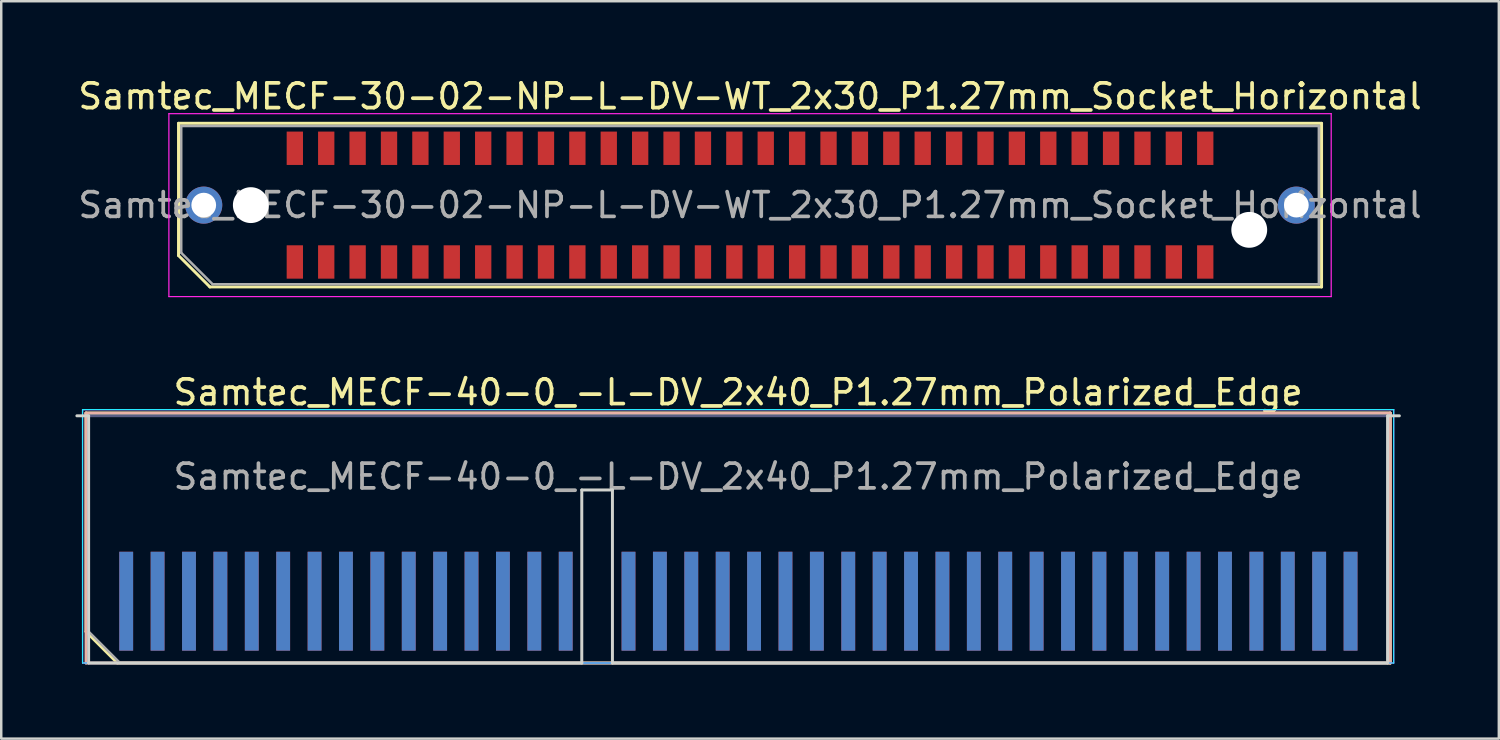
<source format=kicad_pcb>
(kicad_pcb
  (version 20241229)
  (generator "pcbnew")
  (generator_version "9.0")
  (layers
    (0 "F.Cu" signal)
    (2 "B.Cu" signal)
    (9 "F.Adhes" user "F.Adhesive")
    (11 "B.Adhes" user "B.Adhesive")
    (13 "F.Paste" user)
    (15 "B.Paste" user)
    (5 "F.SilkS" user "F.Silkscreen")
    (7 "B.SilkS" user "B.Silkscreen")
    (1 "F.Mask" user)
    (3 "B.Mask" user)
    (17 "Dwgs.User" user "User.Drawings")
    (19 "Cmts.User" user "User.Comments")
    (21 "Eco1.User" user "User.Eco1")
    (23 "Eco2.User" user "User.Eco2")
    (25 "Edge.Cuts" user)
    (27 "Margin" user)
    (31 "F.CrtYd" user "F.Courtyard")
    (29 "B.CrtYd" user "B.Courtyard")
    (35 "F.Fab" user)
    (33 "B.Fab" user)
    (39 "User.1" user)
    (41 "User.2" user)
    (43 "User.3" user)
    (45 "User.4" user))
  (footprint "Samtec_MECF-40-0_-L-DV_2x40_P1.27mm_Polarized_Edge"
    (layer "F.Cu")
    (at 26.81 18.771)
    (property "Reference" "Samtec_MECF-40-0_-L-DV_2x40_P1.27mm_Polarized_Edge" (at 0 -5.95 0) (layer "F.SilkS") (effects (font (size 1 1) (thickness 0.15))))
    (attr exclude_from_pos_files exclude_from_bom)
    (fp_line (start -26.38 -5.11) (end 26.38 -5.11) (stroke (width 0.12) (type solid)) (layer "F.SilkS"))
    (fp_line (start -26.38 3.73) (end -26.38 -5.11) (stroke (width 0.12) (type solid)) (layer "F.SilkS"))
    (fp_line (start -25.11 5) (end -26.38 3.73) (stroke (width 0.12) (type solid)) (layer "F.SilkS"))
    (fp_line (start -25.11 5) (end 26.38 5) (stroke (width 0.12) (type solid)) (layer "F.SilkS"))
    (fp_line (start 26.38 5) (end 26.38 -5.11) (stroke (width 0.12) (type solid)) (layer "F.SilkS"))
    (fp_line (start -26.38 -5.11) (end 26.38 -5.11) (stroke (width 0.12) (type solid)) (layer "B.SilkS"))
    (fp_line (start -26.38 5) (end -26.38 -5.11) (stroke (width 0.12) (type solid)) (layer "B.SilkS"))
    (fp_line (start -26.38 5) (end 26.38 5) (stroke (width 0.12) (type solid)) (layer "B.SilkS"))
    (fp_line (start 26.38 5) (end 26.38 -5.11) (stroke (width 0.12) (type solid)) (layer "B.SilkS"))
    (fp_line (start -26.75 -5) (end -26.275 -5) (stroke (width 0.12) (type solid)) (layer "Edge.Cuts"))
    (fp_line (start -26.275 5) (end -26.275 -5) (stroke (width 0.12) (type solid)) (layer "Edge.Cuts"))
    (fp_line (start -26.275 5) (end -6.325 5) (stroke (width 0.12) (type solid)) (layer "Edge.Cuts"))
    (fp_line (start -6.325 -2) (end -5.085 -2) (stroke (width 0.12) (type solid)) (layer "Edge.Cuts"))
    (fp_line (start -6.325 5) (end -6.325 -2) (stroke (width 0.12) (type solid)) (layer "Edge.Cuts"))
    (fp_line (start -5.085 5) (end -5.085 -2) (stroke (width 0.12) (type solid)) (layer "Edge.Cuts"))
    (fp_line (start -5.085 5) (end 26.275 5) (stroke (width 0.12) (type solid)) (layer "Edge.Cuts"))
    (fp_line (start 26.275 5) (end 26.275 -5) (stroke (width 0.12) (type solid)) (layer "Edge.Cuts"))
    (fp_line (start 26.75 -5) (end 26.275 -5) (stroke (width 0.12) (type solid)) (layer "Edge.Cuts"))
    (fp_line (start -26.52 -5.25) (end -26.52 5) (stroke (width 0.05) (type solid)) (layer "B.CrtYd"))
    (fp_line (start -26.52 5) (end 26.52 5) (stroke (width 0.05) (type solid)) (layer "B.CrtYd"))
    (fp_line (start 26.52 -5.25) (end -26.52 -5.25) (stroke (width 0.05) (type solid)) (layer "B.CrtYd"))
    (fp_line (start 26.52 5) (end 26.52 -5.25) (stroke (width 0.05) (type solid)) (layer "B.CrtYd"))
    (fp_line (start -26.52 -5.25) (end -26.52 5) (stroke (width 0.05) (type solid)) (layer "F.CrtYd"))
    (fp_line (start -26.52 5) (end 26.52 5) (stroke (width 0.05) (type solid)) (layer "F.CrtYd"))
    (fp_line (start 26.52 -5.25) (end -26.52 -5.25) (stroke (width 0.05) (type solid)) (layer "F.CrtYd"))
    (fp_line (start 26.52 5) (end 26.52 -5.25) (stroke (width 0.05) (type solid)) (layer "F.CrtYd"))
    (fp_line (start -26.275 -5) (end 26.275 -5) (stroke (width 0.1) (type solid)) (layer "B.Fab"))
    (fp_line (start -26.275 5) (end -26.275 -5) (stroke (width 0.1) (type solid)) (layer "B.Fab"))
    (fp_line (start -26.275 5) (end 26.275 5) (stroke (width 0.1) (type solid)) (layer "B.Fab"))
    (fp_line (start 26.275 5) (end 26.275 -5) (stroke (width 0.1) (type solid)) (layer "B.Fab"))
    (fp_line (start -26.275 -5) (end 26.275 -5) (stroke (width 0.1) (type solid)) (layer "F.Fab"))
    (fp_line (start -26.275 3.73) (end -26.275 -5) (stroke (width 0.1) (type solid)) (layer "F.Fab"))
    (fp_line (start -26.275 3.73) (end -25.005 5) (stroke (width 0.1) (type solid)) (layer "F.Fab"))
    (fp_line (start -25.005 5) (end 26.275 5) (stroke (width 0.1) (type solid)) (layer "F.Fab"))
    (fp_line (start 26.275 5) (end 26.275 -5) (stroke (width 0.1) (type solid)) (layer "F.Fab"))
    (fp_text user "${REFERENCE}" (at 0 -2.54 0) (layer "F.Fab") (effects (font (size 1 1) (thickness 0.15))))
    (pad "1" connect rect (at -24.755 2.5) (size 0.56 4) (layers "F.Cu" "F.Mask"))
    (pad "2" connect rect (at -24.755 2.5) (size 0.56 4) (layers "B.Cu" "B.Mask"))
    (pad "3" connect rect (at -23.485 2.5) (size 0.56 4) (layers "F.Cu" "F.Mask"))
    (pad "4" connect rect (at -23.485 2.5) (size 0.56 4) (layers "B.Cu" "B.Mask"))
    (pad "5" connect rect (at -22.215 2.5) (size 0.56 4) (layers "F.Cu" "F.Mask"))
    (pad "6" connect rect (at -22.215 2.5) (size 0.56 4) (layers "B.Cu" "B.Mask"))
    (pad "7" connect rect (at -20.945 2.5) (size 0.56 4) (layers "F.Cu" "F.Mask"))
    (pad "8" connect rect (at -20.945 2.5) (size 0.56 4) (layers "B.Cu" "B.Mask"))
    (pad "9" connect rect (at -19.675 2.5) (size 0.56 4) (layers "F.Cu" "F.Mask"))
    (pad "10" connect rect (at -19.675 2.5) (size 0.56 4) (layers "B.Cu" "B.Mask"))
    (pad "11" connect rect (at -18.405 2.5) (size 0.56 4) (layers "F.Cu" "F.Mask"))
    (pad "12" connect rect (at -18.405 2.5) (size 0.56 4) (layers "B.Cu" "B.Mask"))
    (pad "13" connect rect (at -17.135 2.5) (size 0.56 4) (layers "F.Cu" "F.Mask"))
    (pad "14" connect rect (at -17.135 2.5) (size 0.56 4) (layers "B.Cu" "B.Mask"))
    (pad "15" connect rect (at -15.865 2.5) (size 0.56 4) (layers "F.Cu" "F.Mask"))
    (pad "16" connect rect (at -15.865 2.5) (size 0.56 4) (layers "B.Cu" "B.Mask"))
    (pad "17" connect rect (at -14.595 2.5) (size 0.56 4) (layers "F.Cu" "F.Mask"))
    (pad "18" connect rect (at -14.595 2.5) (size 0.56 4) (layers "B.Cu" "B.Mask"))
    (pad "19" connect rect (at -13.325 2.5) (size 0.56 4) (layers "F.Cu" "F.Mask"))
    (pad "20" connect rect (at -13.325 2.5) (size 0.56 4) (layers "B.Cu" "B.Mask"))
    (pad "21" connect rect (at -12.055 2.5) (size 0.56 4) (layers "F.Cu" "F.Mask"))
    (pad "22" connect rect (at -12.055 2.5) (size 0.56 4) (layers "B.Cu" "B.Mask"))
    (pad "23" connect rect (at -10.785 2.5) (size 0.56 4) (layers "F.Cu" "F.Mask"))
    (pad "24" connect rect (at -10.785 2.5) (size 0.56 4) (layers "B.Cu" "B.Mask"))
    (pad "25" connect rect (at -9.515 2.5) (size 0.56 4) (layers "F.Cu" "F.Mask"))
    (pad "26" connect rect (at -9.515 2.5) (size 0.56 4) (layers "B.Cu" "B.Mask"))
    (pad "27" connect rect (at -8.245 2.5) (size 0.56 4) (layers "F.Cu" "F.Mask"))
    (pad "28" connect rect (at -8.245 2.5) (size 0.56 4) (layers "B.Cu" "B.Mask"))
    (pad "29" connect rect (at -6.975 2.5) (size 0.56 4) (layers "F.Cu" "F.Mask"))
    (pad "30" connect rect (at -6.975 2.5) (size 0.56 4) (layers "B.Cu" "B.Mask"))
    (pad "33" connect rect (at -4.435 2.5) (size 0.56 4) (layers "F.Cu" "F.Mask"))
    (pad "34" connect rect (at -4.435 2.5) (size 0.56 4) (layers "B.Cu" "B.Mask"))
    (pad "35" connect rect (at -3.165 2.5) (size 0.56 4) (layers "F.Cu" "F.Mask"))
    (pad "36" connect rect (at -3.165 2.5) (size 0.56 4) (layers "B.Cu" "B.Mask"))
    (pad "37" connect rect (at -1.895 2.5) (size 0.56 4) (layers "F.Cu" "F.Mask"))
    (pad "38" connect rect (at -1.895 2.5) (size 0.56 4) (layers "B.Cu" "B.Mask"))
    (pad "39" connect rect (at -0.625 2.5) (size 0.56 4) (layers "F.Cu" "F.Mask"))
    (pad "40" connect rect (at -0.625 2.5) (size 0.56 4) (layers "B.Cu" "B.Mask"))
    (pad "41" connect rect (at 0.645 2.5) (size 0.56 4) (layers "F.Cu" "F.Mask"))
    (pad "42" connect rect (at 0.645 2.5) (size 0.56 4) (layers "B.Cu" "B.Mask"))
    (pad "43" connect rect (at 1.915 2.5) (size 0.56 4) (layers "F.Cu" "F.Mask"))
    (pad "44" connect rect (at 1.915 2.5) (size 0.56 4) (layers "B.Cu" "B.Mask"))
    (pad "45" connect rect (at 3.185 2.5) (size 0.56 4) (layers "F.Cu" "F.Mask"))
    (pad "46" connect rect (at 3.185 2.5) (size 0.56 4) (layers "B.Cu" "B.Mask"))
    (pad "47" connect rect (at 4.455 2.5) (size 0.56 4) (layers "F.Cu" "F.Mask"))
    (pad "48" connect rect (at 4.455 2.5) (size 0.56 4) (layers "B.Cu" "B.Mask"))
    (pad "49" connect rect (at 5.725 2.5) (size 0.56 4) (layers "F.Cu" "F.Mask"))
    (pad "50" connect rect (at 5.725 2.5) (size 0.56 4) (layers "B.Cu" "B.Mask"))
    (pad "51" connect rect (at 6.995 2.5) (size 0.56 4) (layers "F.Cu" "F.Mask"))
    (pad "52" connect rect (at 6.995 2.5) (size 0.56 4) (layers "B.Cu" "B.Mask"))
    (pad "53" connect rect (at 8.265 2.5) (size 0.56 4) (layers "F.Cu" "F.Mask"))
    (pad "54" connect rect (at 8.265 2.5) (size 0.56 4) (layers "B.Cu" "B.Mask"))
    (pad "55" connect rect (at 9.535 2.5) (size 0.56 4) (layers "F.Cu" "F.Mask"))
    (pad "56" connect rect (at 9.535 2.5) (size 0.56 4) (layers "B.Cu" "B.Mask"))
    (pad "57" connect rect (at 10.805 2.5) (size 0.56 4) (layers "F.Cu" "F.Mask"))
    (pad "58" connect rect (at 10.805 2.5) (size 0.56 4) (layers "B.Cu" "B.Mask"))
    (pad "59" connect rect (at 12.075 2.5) (size 0.56 4) (layers "F.Cu" "F.Mask"))
    (pad "60" connect rect (at 12.075 2.5) (size 0.56 4) (layers "B.Cu" "B.Mask"))
    (pad "61" connect rect (at 13.345 2.5) (size 0.56 4) (layers "F.Cu" "F.Mask"))
    (pad "62" connect rect (at 13.345 2.5) (size 0.56 4) (layers "B.Cu" "B.Mask"))
    (pad "63" connect rect (at 14.615 2.5) (size 0.56 4) (layers "F.Cu" "F.Mask"))
    (pad "64" connect rect (at 14.615 2.5) (size 0.56 4) (layers "B.Cu" "B.Mask"))
    (pad "65" connect rect (at 15.885 2.5) (size 0.56 4) (layers "F.Cu" "F.Mask"))
    (pad "66" connect rect (at 15.885 2.5) (size 0.56 4) (layers "B.Cu" "B.Mask"))
    (pad "67" connect rect (at 17.155 2.5) (size 0.56 4) (layers "F.Cu" "F.Mask"))
    (pad "68" connect rect (at 17.155 2.5) (size 0.56 4) (layers "B.Cu" "B.Mask"))
    (pad "69" connect rect (at 18.425 2.5) (size 0.56 4) (layers "F.Cu" "F.Mask"))
    (pad "70" connect rect (at 18.425 2.5) (size 0.56 4) (layers "B.Cu" "B.Mask"))
    (pad "71" connect rect (at 19.695 2.5) (size 0.56 4) (layers "F.Cu" "F.Mask"))
    (pad "72" connect rect (at 19.695 2.5) (size 0.56 4) (layers "B.Cu" "B.Mask"))
    (pad "73" connect rect (at 20.965 2.5) (size 0.56 4) (layers "F.Cu" "F.Mask"))
    (pad "74" connect rect (at 20.965 2.5) (size 0.56 4) (layers "B.Cu" "B.Mask"))
    (pad "75" connect rect (at 22.235 2.5) (size 0.56 4) (layers "F.Cu" "F.Mask"))
    (pad "76" connect rect (at 22.235 2.5) (size 0.56 4) (layers "B.Cu" "B.Mask"))
    (pad "77" connect rect (at 23.505 2.5) (size 0.56 4) (layers "F.Cu" "F.Mask"))
    (pad "78" connect rect (at 23.505 2.5) (size 0.56 4) (layers "B.Cu" "B.Mask"))
    (pad "79" connect rect (at 24.775 2.5) (size 0.56 4) (layers "F.Cu" "F.Mask"))
    (pad "80" connect rect (at 24.775 2.5) (size 0.56 4) (layers "B.Cu" "B.Mask")))
  (footprint "Samtec_MECF-30-02-NP-L-DV-WT_2x30_P1.27mm_Socket_Horizontal"
    (layer "F.Cu")
    (at 27.292 5.248)
    (property "Reference" "Samtec_MECF-30-02-NP-L-DV-WT_2x30_P1.27mm_Socket_Horizontal" (at 0 -4.4 0) (layer "F.SilkS") (effects (font (size 1 1) (thickness 0.15))))
    (attr smd)
    (fp_line (start -23.12 -3.31) (end 23.12 -3.31) (stroke (width 0.12) (type solid)) (layer "F.SilkS"))
    (fp_line (start -23.12 2.04) (end -23.12 -3.31) (stroke (width 0.12) (type solid)) (layer "F.SilkS"))
    (fp_line (start -21.85 3.31) (end -23.12 2.04) (stroke (width 0.12) (type solid)) (layer "F.SilkS"))
    (fp_line (start -21.85 3.31) (end 23.12 3.31) (stroke (width 0.12) (type solid)) (layer "F.SilkS"))
    (fp_line (start 23.12 3.31) (end 23.12 -3.31) (stroke (width 0.12) (type solid)) (layer "F.SilkS"))
    (fp_line (start -23.51 -3.7) (end -23.51 3.7) (stroke (width 0.05) (type solid)) (layer "F.CrtYd"))
    (fp_line (start -23.51 3.7) (end 23.51 3.7) (stroke (width 0.05) (type solid)) (layer "F.CrtYd"))
    (fp_line (start 23.51 -3.7) (end -23.51 -3.7) (stroke (width 0.05) (type solid)) (layer "F.CrtYd"))
    (fp_line (start 23.51 3.7) (end 23.51 -3.7) (stroke (width 0.05) (type solid)) (layer "F.CrtYd"))
    (fp_line (start -23.01 -3.2) (end 23.01 -3.2) (stroke (width 0.1) (type solid)) (layer "F.Fab"))
    (fp_line (start -23.01 1.93) (end -23.01 -3.2) (stroke (width 0.1) (type solid)) (layer "F.Fab"))
    (fp_line (start -23.01 1.93) (end -21.74 3.2) (stroke (width 0.1) (type solid)) (layer "F.Fab"))
    (fp_line (start -21.74 3.2) (end 23.01 3.2) (stroke (width 0.1) (type solid)) (layer "F.Fab"))
    (fp_line (start 23.01 3.2) (end 23.01 -3.2) (stroke (width 0.1) (type solid)) (layer "F.Fab"))
    (fp_text user "${REFERENCE}" (at 0 0 0) (layer "F.Fab") (effects (font (size 1 1) (thickness 0.15))))
    (pad "" thru_hole circle (at -22.1 0) (size 1.5 1.5) (drill 1) (layers "*.Cu" "*.Mask"))
    (pad "" np_thru_hole circle (at -20.195 0) (size 1.45 1.45) (drill 1.45) (layers "*.Cu" "*.Mask"))
    (pad "" np_thru_hole circle (at 20.195 1) (size 1.45 1.45) (drill 1.45) (layers "*.Cu" "*.Mask"))
    (pad "" thru_hole circle (at 22.1 0) (size 1.5 1.5) (drill 1) (layers "*.Cu" "*.Mask"))
    (pad "1" smd rect (at -18.415 2.3) (size 0.66 1.35) (layers "F.Cu" "F.Mask" "F.Paste"))
    (pad "2" smd rect (at -18.415 -2.3) (size 0.66 1.35) (layers "F.Cu" "F.Mask" "F.Paste"))
    (pad "3" smd rect (at -17.145 2.3) (size 0.66 1.35) (layers "F.Cu" "F.Mask" "F.Paste"))
    (pad "4" smd rect (at -17.145 -2.3) (size 0.66 1.35) (layers "F.Cu" "F.Mask" "F.Paste"))
    (pad "5" smd rect (at -15.875 2.3) (size 0.66 1.35) (layers "F.Cu" "F.Mask" "F.Paste"))
    (pad "6" smd rect (at -15.875 -2.3) (size 0.66 1.35) (layers "F.Cu" "F.Mask" "F.Paste"))
    (pad "7" smd rect (at -14.605 2.3) (size 0.66 1.35) (layers "F.Cu" "F.Mask" "F.Paste"))
    (pad "8" smd rect (at -14.605 -2.3) (size 0.66 1.35) (layers "F.Cu" "F.Mask" "F.Paste"))
    (pad "9" smd rect (at -13.335 2.3) (size 0.66 1.35) (layers "F.Cu" "F.Mask" "F.Paste"))
    (pad "10" smd rect (at -13.335 -2.3) (size 0.66 1.35) (layers "F.Cu" "F.Mask" "F.Paste"))
    (pad "11" smd rect (at -12.065 2.3) (size 0.66 1.35) (layers "F.Cu" "F.Mask" "F.Paste"))
    (pad "12" smd rect (at -12.065 -2.3) (size 0.66 1.35) (layers "F.Cu" "F.Mask" "F.Paste"))
    (pad "13" smd rect (at -10.795 2.3) (size 0.66 1.35) (layers "F.Cu" "F.Mask" "F.Paste"))
    (pad "14" smd rect (at -10.795 -2.3) (size 0.66 1.35) (layers "F.Cu" "F.Mask" "F.Paste"))
    (pad "15" smd rect (at -9.525 2.3) (size 0.66 1.35) (layers "F.Cu" "F.Mask" "F.Paste"))
    (pad "16" smd rect (at -9.525 -2.3) (size 0.66 1.35) (layers "F.Cu" "F.Mask" "F.Paste"))
    (pad "17" smd rect (at -8.255 2.3) (size 0.66 1.35) (layers "F.Cu" "F.Mask" "F.Paste"))
    (pad "18" smd rect (at -8.255 -2.3) (size 0.66 1.35) (layers "F.Cu" "F.Mask" "F.Paste"))
    (pad "19" smd rect (at -6.985 2.3) (size 0.66 1.35) (layers "F.Cu" "F.Mask" "F.Paste"))
    (pad "20" smd rect (at -6.985 -2.3) (size 0.66 1.35) (layers "F.Cu" "F.Mask" "F.Paste"))
    (pad "21" smd rect (at -5.715 2.3) (size 0.66 1.35) (layers "F.Cu" "F.Mask" "F.Paste"))
    (pad "22" smd rect (at -5.715 -2.3) (size 0.66 1.35) (layers "F.Cu" "F.Mask" "F.Paste"))
    (pad "23" smd rect (at -4.445 2.3) (size 0.66 1.35) (layers "F.Cu" "F.Mask" "F.Paste"))
    (pad "24" smd rect (at -4.445 -2.3) (size 0.66 1.35) (layers "F.Cu" "F.Mask" "F.Paste"))
    (pad "25" smd rect (at -3.175 2.3) (size 0.66 1.35) (layers "F.Cu" "F.Mask" "F.Paste"))
    (pad "26" smd rect (at -3.175 -2.3) (size 0.66 1.35) (layers "F.Cu" "F.Mask" "F.Paste"))
    (pad "27" smd rect (at -1.905 2.3) (size 0.66 1.35) (layers "F.Cu" "F.Mask" "F.Paste"))
    (pad "28" smd rect (at -1.905 -2.3) (size 0.66 1.35) (layers "F.Cu" "F.Mask" "F.Paste"))
    (pad "29" smd rect (at -0.635 2.3) (size 0.66 1.35) (layers "F.Cu" "F.Mask" "F.Paste"))
    (pad "30" smd rect (at -0.635 -2.3) (size 0.66 1.35) (layers "F.Cu" "F.Mask" "F.Paste"))
    (pad "31" smd rect (at 0.635 2.3) (size 0.66 1.35) (layers "F.Cu" "F.Mask" "F.Paste"))
    (pad "32" smd rect (at 0.635 -2.3) (size 0.66 1.35) (layers "F.Cu" "F.Mask" "F.Paste"))
    (pad "33" smd rect (at 1.905 2.3) (size 0.66 1.35) (layers "F.Cu" "F.Mask" "F.Paste"))
    (pad "34" smd rect (at 1.905 -2.3) (size 0.66 1.35) (layers "F.Cu" "F.Mask" "F.Paste"))
    (pad "35" smd rect (at 3.175 2.3) (size 0.66 1.35) (layers "F.Cu" "F.Mask" "F.Paste"))
    (pad "36" smd rect (at 3.175 -2.3) (size 0.66 1.35) (layers "F.Cu" "F.Mask" "F.Paste"))
    (pad "37" smd rect (at 4.445 2.3) (size 0.66 1.35) (layers "F.Cu" "F.Mask" "F.Paste"))
    (pad "38" smd rect (at 4.445 -2.3) (size 0.66 1.35) (layers "F.Cu" "F.Mask" "F.Paste"))
    (pad "39" smd rect (at 5.715 2.3) (size 0.66 1.35) (layers "F.Cu" "F.Mask" "F.Paste"))
    (pad "40" smd rect (at 5.715 -2.3) (size 0.66 1.35) (layers "F.Cu" "F.Mask" "F.Paste"))
    (pad "41" smd rect (at 6.985 2.3) (size 0.66 1.35) (layers "F.Cu" "F.Mask" "F.Paste"))
    (pad "42" smd rect (at 6.985 -2.3) (size 0.66 1.35) (layers "F.Cu" "F.Mask" "F.Paste"))
    (pad "43" smd rect (at 8.255 2.3) (size 0.66 1.35) (layers "F.Cu" "F.Mask" "F.Paste"))
    (pad "44" smd rect (at 8.255 -2.3) (size 0.66 1.35) (layers "F.Cu" "F.Mask" "F.Paste"))
    (pad "45" smd rect (at 9.525 2.3) (size 0.66 1.35) (layers "F.Cu" "F.Mask" "F.Paste"))
    (pad "46" smd rect (at 9.525 -2.3) (size 0.66 1.35) (layers "F.Cu" "F.Mask" "F.Paste"))
    (pad "47" smd rect (at 10.795 2.3) (size 0.66 1.35) (layers "F.Cu" "F.Mask" "F.Paste"))
    (pad "48" smd rect (at 10.795 -2.3) (size 0.66 1.35) (layers "F.Cu" "F.Mask" "F.Paste"))
    (pad "49" smd rect (at 12.065 2.3) (size 0.66 1.35) (layers "F.Cu" "F.Mask" "F.Paste"))
    (pad "50" smd rect (at 12.065 -2.3) (size 0.66 1.35) (layers "F.Cu" "F.Mask" "F.Paste"))
    (pad "51" smd rect (at 13.335 2.3) (size 0.66 1.35) (layers "F.Cu" "F.Mask" "F.Paste"))
    (pad "52" smd rect (at 13.335 -2.3) (size 0.66 1.35) (layers "F.Cu" "F.Mask" "F.Paste"))
    (pad "53" smd rect (at 14.605 2.3) (size 0.66 1.35) (layers "F.Cu" "F.Mask" "F.Paste"))
    (pad "54" smd rect (at 14.605 -2.3) (size 0.66 1.35) (layers "F.Cu" "F.Mask" "F.Paste"))
    (pad "55" smd rect (at 15.875 2.3) (size 0.66 1.35) (layers "F.Cu" "F.Mask" "F.Paste"))
    (pad "56" smd rect (at 15.875 -2.3) (size 0.66 1.35) (layers "F.Cu" "F.Mask" "F.Paste"))
    (pad "57" smd rect (at 17.145 2.3) (size 0.66 1.35) (layers "F.Cu" "F.Mask" "F.Paste"))
    (pad "58" smd rect (at 17.145 -2.3) (size 0.66 1.35) (layers "F.Cu" "F.Mask" "F.Paste"))
    (pad "59" smd rect (at 18.415 2.3) (size 0.66 1.35) (layers "F.Cu" "F.Mask" "F.Paste"))
    (pad "60" smd rect (at 18.415 -2.3) (size 0.66 1.35) (layers "F.Cu" "F.Mask" "F.Paste")))
  (gr_rect
    (start -3 -3)
    (end 57.583 26.831)
    (stroke (width 0.1) (type default))
    (fill no)
    (layer "Edge.Cuts")))
</source>
